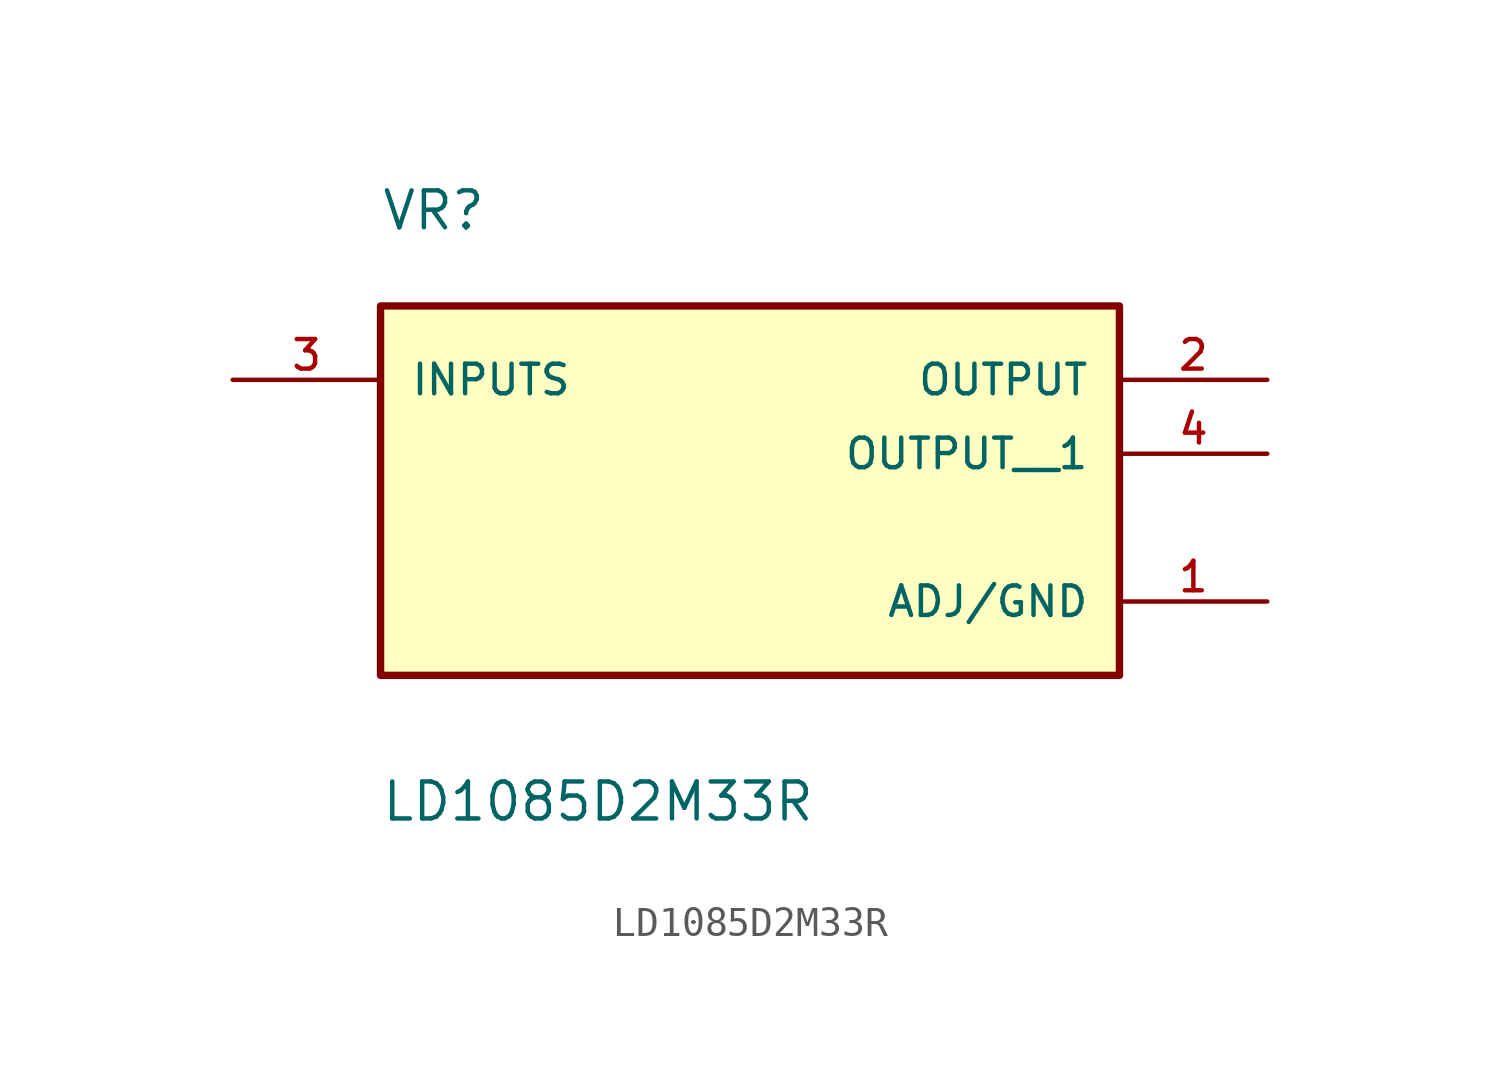
<source format=kicad_sym>
(kicad_symbol_lib
  (version 20211014)
  (generator kicad_symbol_editor)
  (symbol "LD1085D2M33R"
    (pin_names
      (offset 1.016))
    (property "Reference" "VR"
      (at -12.7 7.62 0)
      (effects (font (size 1.27 1.27)) (justify bottom left)))
    (property "Value" "LD1085D2M33R"
      (at -12.7 -12.7 0)
      (effects (font (size 1.27 1.27)) (justify bottom left)))
    (symbol "LD1085D2M33R_0_0"
      (rectangle (start -12.7 -7.62) (end 12.7 5.08) (stroke (width 0.254)) (fill (type background)))
      (pin input line (at -17.78 2.54 0) (length 5.08) (name "INPUTS" (effects (font (size 1.016 1.016)))) (number "3" (effects (font (size 1.016 1.016)))))
      (pin output line (at 17.78 2.54 180.0) (length 5.08) (name "OUTPUT" (effects (font (size 1.016 1.016)))) (number "2" (effects (font (size 1.016 1.016)))))
      (pin power_in line (at 17.78 -5.08 180.0) (length 5.08) (name "ADJ/GND" (effects (font (size 1.016 1.016)))) (number "1" (effects (font (size 1.016 1.016)))))
      (pin output line (at 17.78 0.0 180.0) (length 5.08) (name "OUTPUT__1" (effects (font (size 1.016 1.016)))) (number "4" (effects (font (size 1.016 1.016))))))))
</source>
